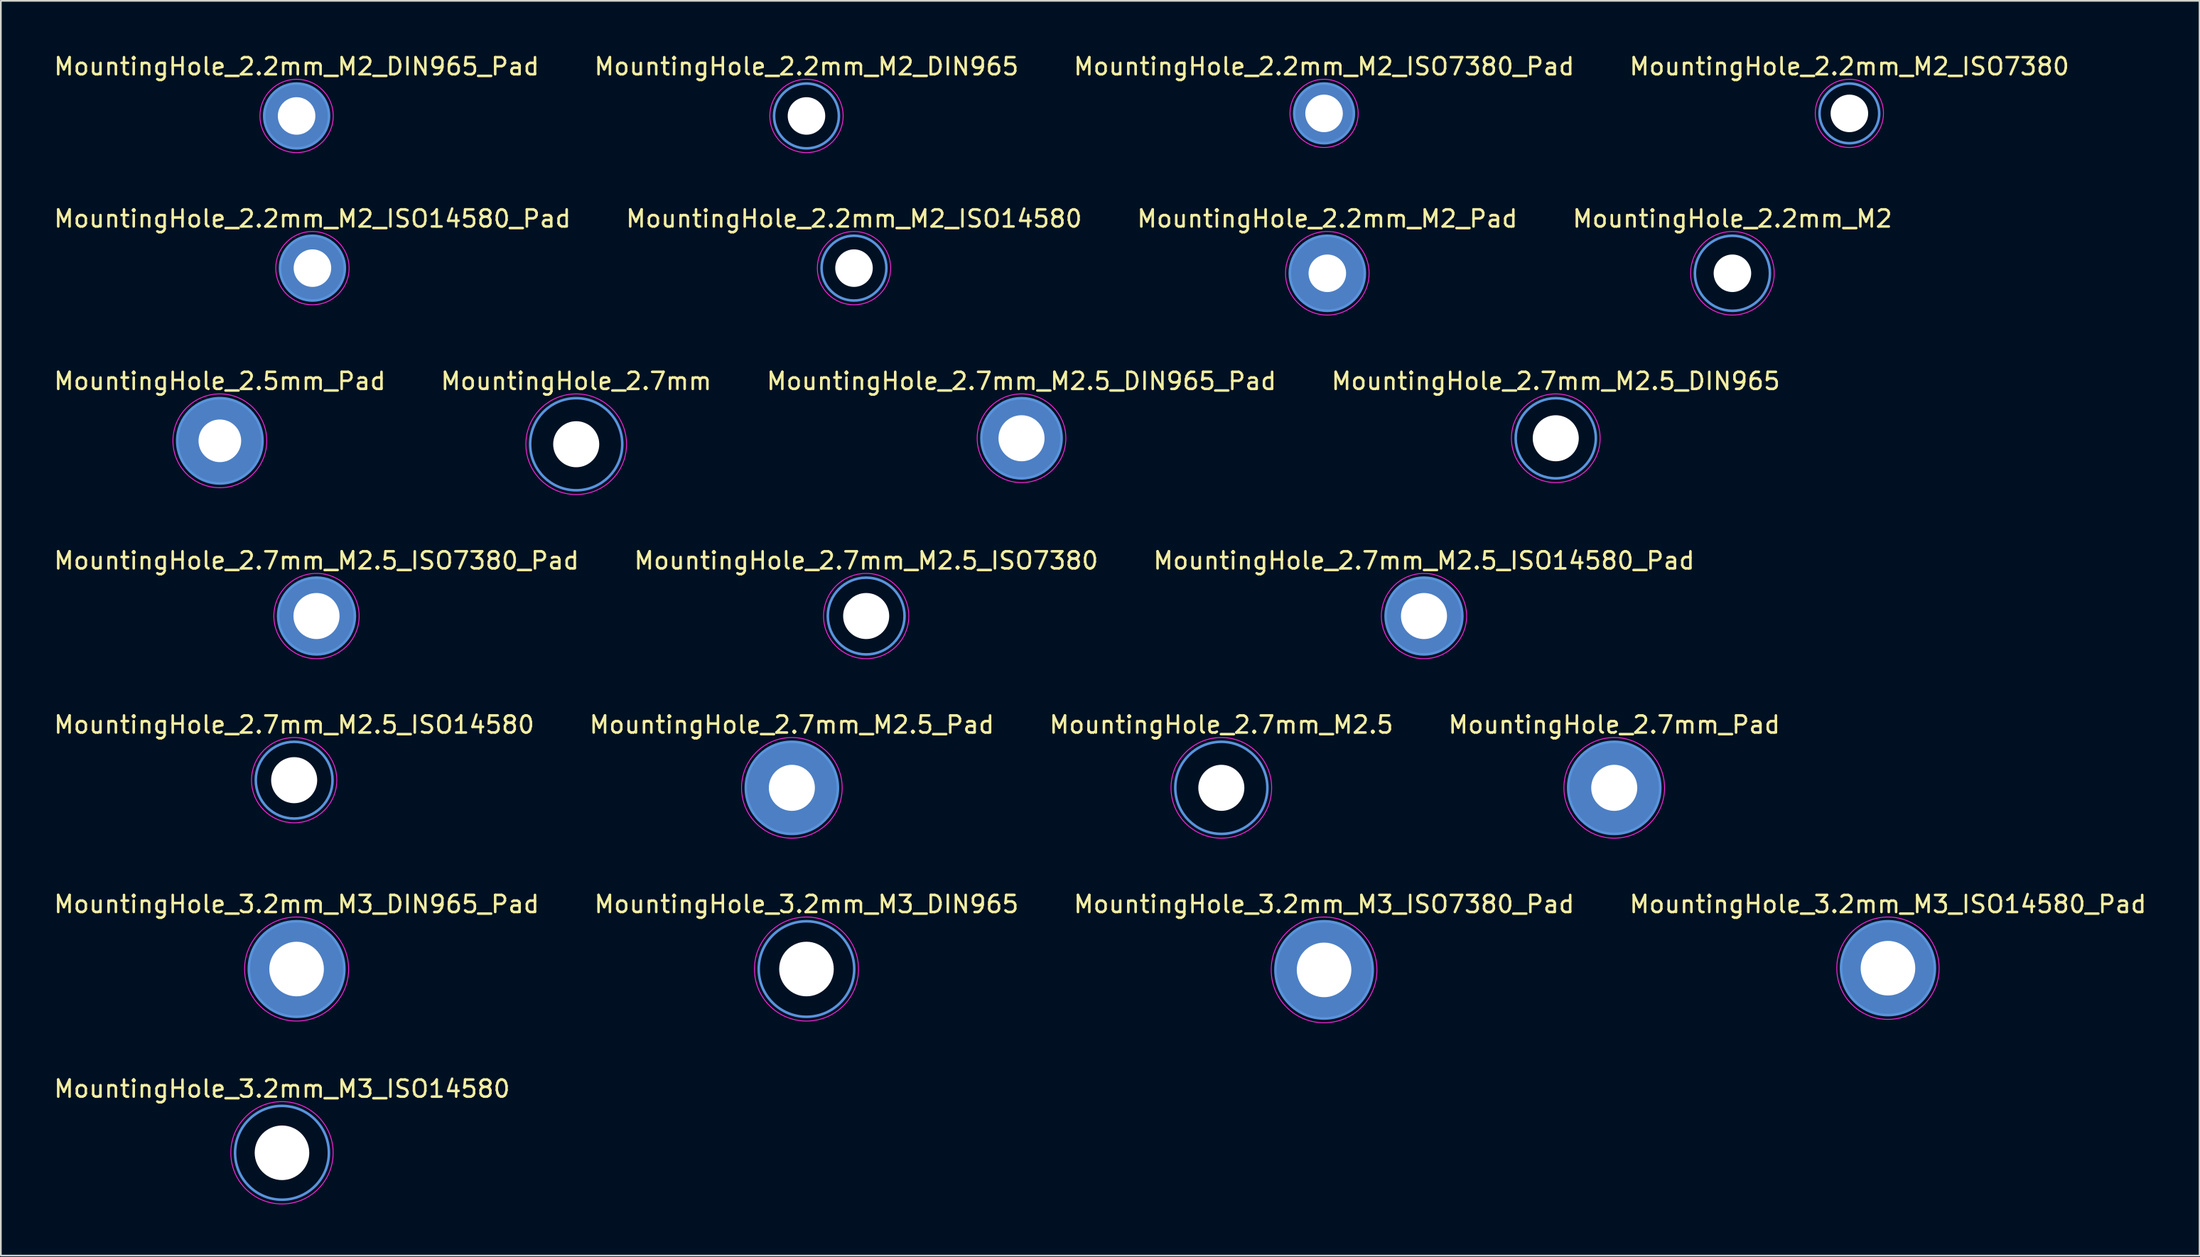
<source format=kicad_pcb>
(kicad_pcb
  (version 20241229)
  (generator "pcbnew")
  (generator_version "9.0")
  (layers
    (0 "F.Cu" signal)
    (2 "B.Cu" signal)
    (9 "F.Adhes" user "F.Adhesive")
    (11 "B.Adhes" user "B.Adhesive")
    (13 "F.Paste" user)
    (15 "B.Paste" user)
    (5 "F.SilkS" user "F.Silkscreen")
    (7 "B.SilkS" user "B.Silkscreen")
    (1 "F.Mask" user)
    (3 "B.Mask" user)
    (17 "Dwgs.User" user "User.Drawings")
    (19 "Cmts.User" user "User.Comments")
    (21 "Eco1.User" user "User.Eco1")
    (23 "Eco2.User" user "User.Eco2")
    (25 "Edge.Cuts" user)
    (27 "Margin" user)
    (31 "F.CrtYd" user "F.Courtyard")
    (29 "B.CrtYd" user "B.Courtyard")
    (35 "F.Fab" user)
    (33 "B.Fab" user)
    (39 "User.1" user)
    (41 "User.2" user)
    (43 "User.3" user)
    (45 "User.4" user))
  (footprint "MountingHole_2.7mm_M2.5_DIN965_Pad"
    (layer "F.Cu")
    (at 56.839 22.645)
    (property "Reference" "MountingHole_2.7mm_M2.5_DIN965_Pad" (at 0 -3.35 0) (layer "F.SilkS") (effects (font (size 1 1) (thickness 0.15))))
    (attr through_hole)
    (fp_circle (center 0 0) (end 2.35 0) (stroke (width 0.15) (type solid)) (fill no) (layer "Cmts.User"))
    (fp_circle (center 0 0) (end 2.6 0) (stroke (width 0.05) (type solid)) (fill no) (layer "F.CrtYd"))
    (pad "1" thru_hole circle (at 0 0) (size 4.7 4.7) (drill 2.7) (layers "*.Cu" "*.Mask")))
  (footprint "MountingHole_3.2mm_M3_ISO14580_Pad"
    (layer "F.Cu")
    (at 107.637 53.715)
    (property "Reference" "MountingHole_3.2mm_M3_ISO14580_Pad" (at 0 -3.75 0) (layer "F.SilkS") (effects (font (size 1 1) (thickness 0.15))))
    (attr through_hole)
    (fp_circle (center 0 0) (end 2.75 0) (stroke (width 0.15) (type solid)) (fill no) (layer "Cmts.User"))
    (fp_circle (center 0 0) (end 3 0) (stroke (width 0.05) (type solid)) (fill no) (layer "F.CrtYd"))
    (pad "1" thru_hole circle (at 0 0) (size 5.5 5.5) (drill 3.2) (layers "*.Cu" "*.Mask")))
  (footprint "MountingHole_2.2mm_M2_Pad"
    (layer "F.Cu")
    (at 74.768 12.972)
    (property "Reference" "MountingHole_2.2mm_M2_Pad" (at 0 -3.2 0) (layer "F.SilkS") (effects (font (size 1 1) (thickness 0.15))))
    (attr through_hole)
    (fp_circle (center 0 0) (end 2.2 0) (stroke (width 0.15) (type solid)) (fill no) (layer "Cmts.User"))
    (fp_circle (center 0 0) (end 2.45 0) (stroke (width 0.05) (type solid)) (fill no) (layer "F.CrtYd"))
    (pad "1" thru_hole circle (at 0 0) (size 4.4 4.4) (drill 2.2) (layers "*.Cu" "*.Mask")))
  (footprint "MountingHole_2.2mm_M2_ISO14580_Pad"
    (layer "F.Cu")
    (at 15.268 12.671)
    (property "Reference" "MountingHole_2.2mm_M2_ISO14580_Pad" (at 0 -2.9 0) (layer "F.SilkS") (effects (font (size 1 1) (thickness 0.15))))
    (attr through_hole)
    (fp_circle (center 0 0) (end 1.9 0) (stroke (width 0.15) (type solid)) (fill no) (layer "Cmts.User"))
    (fp_circle (center 0 0) (end 2.15 0) (stroke (width 0.05) (type solid)) (fill no) (layer "F.CrtYd"))
    (pad "1" thru_hole circle (at 0 0) (size 3.8 3.8) (drill 2.2) (layers "*.Cu" "*.Mask")))
  (footprint "MountingHole_2.2mm_M2_ISO7380"
    (layer "F.Cu")
    (at 105.375 3.598)
    (property "Reference" "MountingHole_2.2mm_M2_ISO7380" (at 0 -2.75 0) (layer "F.SilkS") (effects (font (size 1 1) (thickness 0.15))))
    (attr through_hole)
    (fp_circle (center 0 0) (end 1.75 0) (stroke (width 0.15) (type solid)) (fill no) (layer "Cmts.User"))
    (fp_circle (center 0 0) (end 2 0) (stroke (width 0.05) (type solid)) (fill no) (layer "F.CrtYd"))
    (pad "" np_thru_hole circle (at 0 0) (size 2.2 2.2) (drill 2.2) (layers "*.Cu" "*.Mask")))
  (footprint "MountingHole_2.2mm_M2_DIN965"
    (layer "F.Cu")
    (at 44.232 3.748)
    (property "Reference" "MountingHole_2.2mm_M2_DIN965" (at 0 -2.9 0) (layer "F.SilkS") (effects (font (size 1 1) (thickness 0.15))))
    (attr through_hole)
    (fp_circle (center 0 0) (end 1.9 0) (stroke (width 0.15) (type solid)) (fill no) (layer "Cmts.User"))
    (fp_circle (center 0 0) (end 2.15 0) (stroke (width 0.05) (type solid)) (fill no) (layer "F.CrtYd"))
    (pad "" np_thru_hole circle (at 0 0) (size 2.2 2.2) (drill 2.2) (layers "*.Cu" "*.Mask")))
  (footprint "MountingHole_3.2mm_M3_DIN965_Pad"
    (layer "F.Cu")
    (at 14.339 53.764)
    (property "Reference" "MountingHole_3.2mm_M3_DIN965_Pad" (at 0 -3.8 0) (layer "F.SilkS") (effects (font (size 1 1) (thickness 0.15))))
    (attr through_hole)
    (fp_circle (center 0 0) (end 2.8 0) (stroke (width 0.15) (type solid)) (fill no) (layer "Cmts.User"))
    (fp_circle (center 0 0) (end 3.05 0) (stroke (width 0.05) (type solid)) (fill no) (layer "F.CrtYd"))
    (pad "1" thru_hole circle (at 0 0) (size 5.6 5.6) (drill 3.2) (layers "*.Cu" "*.Mask")))
  (footprint "MountingHole_2.7mm_M2.5_ISO14580_Pad"
    (layer "F.Cu")
    (at 80.435 33.068)
    (property "Reference" "MountingHole_2.7mm_M2.5_ISO14580_Pad" (at 0 -3.25 0) (layer "F.SilkS") (effects (font (size 1 1) (thickness 0.15))))
    (attr through_hole)
    (fp_circle (center 0 0) (end 2.25 0) (stroke (width 0.15) (type solid)) (fill no) (layer "Cmts.User"))
    (fp_circle (center 0 0) (end 2.5 0) (stroke (width 0.05) (type solid)) (fill no) (layer "F.CrtYd"))
    (pad "1" thru_hole circle (at 0 0) (size 4.5 4.5) (drill 2.7) (layers "*.Cu" "*.Mask")))
  (footprint "MountingHole_2.7mm_M2.5_Pad"
    (layer "F.Cu")
    (at 43.375 43.141)
    (property "Reference" "MountingHole_2.7mm_M2.5_Pad" (at 0 -3.7 0) (layer "F.SilkS") (effects (font (size 1 1) (thickness 0.15))))
    (attr through_hole)
    (fp_circle (center 0 0) (end 2.7 0) (stroke (width 0.15) (type solid)) (fill no) (layer "Cmts.User"))
    (fp_circle (center 0 0) (end 2.95 0) (stroke (width 0.05) (type solid)) (fill no) (layer "F.CrtYd"))
    (pad "1" thru_hole circle (at 0 0) (size 5.4 5.4) (drill 2.7) (layers "*.Cu" "*.Mask")))
  (footprint "MountingHole_2.5mm_Pad"
    (layer "F.Cu")
    (at 9.839 22.795)
    (property "Reference" "MountingHole_2.5mm_Pad" (at 0 -3.5 0) (layer "F.SilkS") (effects (font (size 1 1) (thickness 0.15))))
    (attr through_hole)
    (fp_circle (center 0 0) (end 2.5 0) (stroke (width 0.15) (type solid)) (fill no) (layer "Cmts.User"))
    (fp_circle (center 0 0) (end 2.75 0) (stroke (width 0.05) (type solid)) (fill no) (layer "F.CrtYd"))
    (pad "1" thru_hole circle (at 0 0) (size 5 5) (drill 2.5) (layers "*.Cu" "*.Mask")))
  (footprint "MountingHole_2.7mm"
    (layer "F.Cu")
    (at 30.732 22.995)
    (property "Reference" "MountingHole_2.7mm" (at 0 -3.7 0) (layer "F.SilkS") (effects (font (size 1 1) (thickness 0.15))))
    (attr through_hole)
    (fp_circle (center 0 0) (end 2.7 0) (stroke (width 0.15) (type solid)) (fill no) (layer "Cmts.User"))
    (fp_circle (center 0 0) (end 2.95 0) (stroke (width 0.05) (type solid)) (fill no) (layer "F.CrtYd"))
    (pad "" np_thru_hole circle (at 0 0) (size 2.7 2.7) (drill 2.7) (layers "*.Cu" "*.Mask")))
  (footprint "MountingHole_3.2mm_M3_ISO7380_Pad"
    (layer "F.Cu")
    (at 74.577 53.815)
    (property "Reference" "MountingHole_3.2mm_M3_ISO7380_Pad" (at 0 -3.85 0) (layer "F.SilkS") (effects (font (size 1 1) (thickness 0.15))))
    (attr through_hole)
    (fp_circle (center 0 0) (end 2.85 0) (stroke (width 0.15) (type solid)) (fill no) (layer "Cmts.User"))
    (fp_circle (center 0 0) (end 3.1 0) (stroke (width 0.05) (type solid)) (fill no) (layer "F.CrtYd"))
    (pad "1" thru_hole circle (at 0 0) (size 5.7 5.7) (drill 3.2) (layers "*.Cu" "*.Mask")))
  (footprint "MountingHole_2.2mm_M2"
    (layer "F.Cu")
    (at 98.518 12.972)
    (property "Reference" "MountingHole_2.2mm_M2" (at 0 -3.2 0) (layer "F.SilkS") (effects (font (size 1 1) (thickness 0.15))))
    (attr through_hole)
    (fp_circle (center 0 0) (end 2.2 0) (stroke (width 0.15) (type solid)) (fill no) (layer "Cmts.User"))
    (fp_circle (center 0 0) (end 2.45 0) (stroke (width 0.05) (type solid)) (fill no) (layer "F.CrtYd"))
    (pad "" np_thru_hole circle (at 0 0) (size 2.2 2.2) (drill 2.2) (layers "*.Cu" "*.Mask")))
  (footprint "MountingHole_2.7mm_M2.5_ISO7380"
    (layer "F.Cu")
    (at 47.732 33.068)
    (property "Reference" "MountingHole_2.7mm_M2.5_ISO7380" (at 0 -3.25 0) (layer "F.SilkS") (effects (font (size 1 1) (thickness 0.15))))
    (attr through_hole)
    (fp_circle (center 0 0) (end 2.25 0) (stroke (width 0.15) (type solid)) (fill no) (layer "Cmts.User"))
    (fp_circle (center 0 0) (end 2.5 0) (stroke (width 0.05) (type solid)) (fill no) (layer "F.CrtYd"))
    (pad "" np_thru_hole circle (at 0 0) (size 2.7 2.7) (drill 2.7) (layers "*.Cu" "*.Mask")))
  (footprint "MountingHole_2.7mm_M2.5_DIN965"
    (layer "F.Cu")
    (at 88.161 22.645)
    (property "Reference" "MountingHole_2.7mm_M2.5_DIN965" (at 0 -3.35 0) (layer "F.SilkS") (effects (font (size 1 1) (thickness 0.15))))
    (attr through_hole)
    (fp_circle (center 0 0) (end 2.35 0) (stroke (width 0.15) (type solid)) (fill no) (layer "Cmts.User"))
    (fp_circle (center 0 0) (end 2.6 0) (stroke (width 0.05) (type solid)) (fill no) (layer "F.CrtYd"))
    (pad "" np_thru_hole circle (at 0 0) (size 2.7 2.7) (drill 2.7) (layers "*.Cu" "*.Mask")))
  (footprint "MountingHole_3.2mm_M3_DIN965"
    (layer "F.Cu")
    (at 44.232 53.764)
    (property "Reference" "MountingHole_3.2mm_M3_DIN965" (at 0 -3.8 0) (layer "F.SilkS") (effects (font (size 1 1) (thickness 0.15))))
    (attr through_hole)
    (fp_circle (center 0 0) (end 2.8 0) (stroke (width 0.15) (type solid)) (fill no) (layer "Cmts.User"))
    (fp_circle (center 0 0) (end 3.05 0) (stroke (width 0.05) (type solid)) (fill no) (layer "F.CrtYd"))
    (pad "" np_thru_hole circle (at 0 0) (size 3.2 3.2) (drill 3.2) (layers "*.Cu" "*.Mask")))
  (footprint "MountingHole_2.2mm_M2_DIN965_Pad"
    (layer "F.Cu")
    (at 14.339 3.748)
    (property "Reference" "MountingHole_2.2mm_M2_DIN965_Pad" (at 0 -2.9 0) (layer "F.SilkS") (effects (font (size 1 1) (thickness 0.15))))
    (attr through_hole)
    (fp_circle (center 0 0) (end 1.9 0) (stroke (width 0.15) (type solid)) (fill no) (layer "Cmts.User"))
    (fp_circle (center 0 0) (end 2.15 0) (stroke (width 0.05) (type solid)) (fill no) (layer "F.CrtYd"))
    (pad "1" thru_hole circle (at 0 0) (size 3.8 3.8) (drill 2.2) (layers "*.Cu" "*.Mask")))
  (footprint "MountingHole_2.2mm_M2_ISO14580"
    (layer "F.Cu")
    (at 47.018 12.671)
    (property "Reference" "MountingHole_2.2mm_M2_ISO14580" (at 0 -2.9 0) (layer "F.SilkS") (effects (font (size 1 1) (thickness 0.15))))
    (attr through_hole)
    (fp_circle (center 0 0) (end 1.9 0) (stroke (width 0.15) (type solid)) (fill no) (layer "Cmts.User"))
    (fp_circle (center 0 0) (end 2.15 0) (stroke (width 0.05) (type solid)) (fill no) (layer "F.CrtYd"))
    (pad "" np_thru_hole circle (at 0 0) (size 2.2 2.2) (drill 2.2) (layers "*.Cu" "*.Mask")))
  (footprint "MountingHole_2.7mm_M2.5"
    (layer "F.Cu")
    (at 68.554 43.141)
    (property "Reference" "MountingHole_2.7mm_M2.5" (at 0 -3.7 0) (layer "F.SilkS") (effects (font (size 1 1) (thickness 0.15))))
    (attr through_hole)
    (fp_circle (center 0 0) (end 2.7 0) (stroke (width 0.15) (type solid)) (fill no) (layer "Cmts.User"))
    (fp_circle (center 0 0) (end 2.95 0) (stroke (width 0.05) (type solid)) (fill no) (layer "F.CrtYd"))
    (pad "" np_thru_hole circle (at 0 0) (size 2.7 2.7) (drill 2.7) (layers "*.Cu" "*.Mask")))
  (footprint "MountingHole_2.2mm_M2_ISO7380_Pad"
    (layer "F.Cu")
    (at 74.577 3.598)
    (property "Reference" "MountingHole_2.2mm_M2_ISO7380_Pad" (at 0 -2.75 0) (layer "F.SilkS") (effects (font (size 1 1) (thickness 0.15))))
    (attr through_hole)
    (fp_circle (center 0 0) (end 1.75 0) (stroke (width 0.15) (type solid)) (fill no) (layer "Cmts.User"))
    (fp_circle (center 0 0) (end 2 0) (stroke (width 0.05) (type solid)) (fill no) (layer "F.CrtYd"))
    (pad "1" thru_hole circle (at 0 0) (size 3.5 3.5) (drill 2.2) (layers "*.Cu" "*.Mask")))
  (footprint "MountingHole_2.7mm_Pad"
    (layer "F.Cu")
    (at 91.589 43.141)
    (property "Reference" "MountingHole_2.7mm_Pad" (at 0 -3.7 0) (layer "F.SilkS") (effects (font (size 1 1) (thickness 0.15))))
    (attr through_hole)
    (fp_circle (center 0 0) (end 2.7 0) (stroke (width 0.15) (type solid)) (fill no) (layer "Cmts.User"))
    (fp_circle (center 0 0) (end 2.95 0) (stroke (width 0.05) (type solid)) (fill no) (layer "F.CrtYd"))
    (pad "1" thru_hole circle (at 0 0) (size 5.4 5.4) (drill 2.7) (layers "*.Cu" "*.Mask")))
  (footprint "MountingHole_2.7mm_M2.5_ISO14580"
    (layer "F.Cu")
    (at 14.196 42.691)
    (property "Reference" "MountingHole_2.7mm_M2.5_ISO14580" (at 0 -3.25 0) (layer "F.SilkS") (effects (font (size 1 1) (thickness 0.15))))
    (attr through_hole)
    (fp_circle (center 0 0) (end 2.25 0) (stroke (width 0.15) (type solid)) (fill no) (layer "Cmts.User"))
    (fp_circle (center 0 0) (end 2.5 0) (stroke (width 0.05) (type solid)) (fill no) (layer "F.CrtYd"))
    (pad "" np_thru_hole circle (at 0 0) (size 2.7 2.7) (drill 2.7) (layers "*.Cu" "*.Mask")))
  (footprint "MountingHole_3.2mm_M3_ISO14580"
    (layer "F.Cu")
    (at 13.482 64.538)
    (property "Reference" "MountingHole_3.2mm_M3_ISO14580" (at 0 -3.75 0) (layer "F.SilkS") (effects (font (size 1 1) (thickness 0.15))))
    (attr through_hole)
    (fp_circle (center 0 0) (end 2.75 0) (stroke (width 0.15) (type solid)) (fill no) (layer "Cmts.User"))
    (fp_circle (center 0 0) (end 3 0) (stroke (width 0.05) (type solid)) (fill no) (layer "F.CrtYd"))
    (pad "" np_thru_hole circle (at 0 0) (size 3.2 3.2) (drill 3.2) (layers "*.Cu" "*.Mask")))
  (footprint "MountingHole_2.7mm_M2.5_ISO7380_Pad"
    (layer "F.Cu")
    (at 15.506 33.068)
    (property "Reference" "MountingHole_2.7mm_M2.5_ISO7380_Pad" (at 0 -3.25 0) (layer "F.SilkS") (effects (font (size 1 1) (thickness 0.15))))
    (attr through_hole)
    (fp_circle (center 0 0) (end 2.25 0) (stroke (width 0.15) (type solid)) (fill no) (layer "Cmts.User"))
    (fp_circle (center 0 0) (end 2.5 0) (stroke (width 0.05) (type solid)) (fill no) (layer "F.CrtYd"))
    (pad "1" thru_hole circle (at 0 0) (size 4.5 4.5) (drill 2.7) (layers "*.Cu" "*.Mask")))
  (gr_rect
    (start -3 -3)
    (end 125.905 70.563)
    (stroke (width 0.1) (type default))
    (fill no)
    (layer "Edge.Cuts")))
</source>
